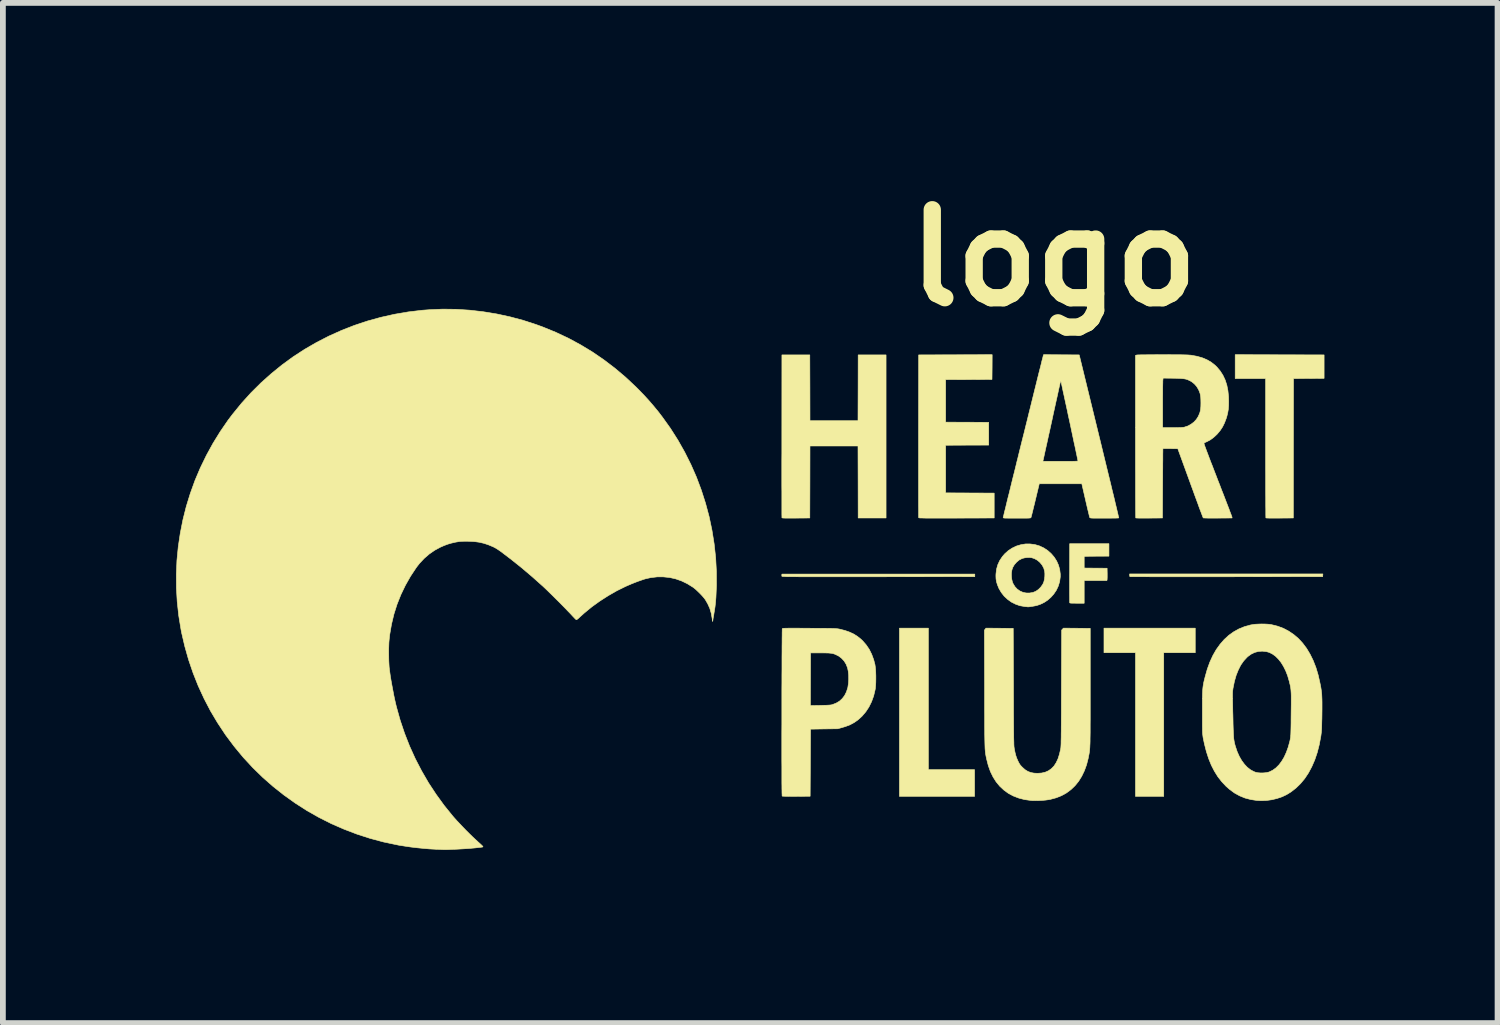
<source format=kicad_pcb>
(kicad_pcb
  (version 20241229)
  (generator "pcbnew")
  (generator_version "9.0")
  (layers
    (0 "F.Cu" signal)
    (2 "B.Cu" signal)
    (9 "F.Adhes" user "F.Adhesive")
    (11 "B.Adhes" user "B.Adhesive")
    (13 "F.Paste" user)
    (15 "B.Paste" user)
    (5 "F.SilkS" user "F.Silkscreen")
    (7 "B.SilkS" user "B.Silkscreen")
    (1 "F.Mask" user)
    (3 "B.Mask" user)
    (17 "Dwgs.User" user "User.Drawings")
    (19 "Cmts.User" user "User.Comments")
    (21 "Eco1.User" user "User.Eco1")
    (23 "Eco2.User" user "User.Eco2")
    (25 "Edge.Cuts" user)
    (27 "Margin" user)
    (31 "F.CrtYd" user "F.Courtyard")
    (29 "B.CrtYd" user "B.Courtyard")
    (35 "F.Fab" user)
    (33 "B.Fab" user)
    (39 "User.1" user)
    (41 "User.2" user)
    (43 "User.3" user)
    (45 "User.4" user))
  (footprint "logo"
    (layer "F.Cu")
    (at 15.204 1.418)
    (property "Reference" "logo" (at 0 0 0) (layer "F.SilkS") (effects (font (size 1.524 1.524) (thickness 0.3))))
    (attr through_hole)
    (fp_poly (pts (xy -2.172 8.865) (xy -1.372 8.865) (xy -1.372 9.328) (xy -2.673 9.328) (xy -2.673 6.413) (xy -2.172 6.413) (xy -2.172 8.865)) (stroke (width 0.01) (type solid)) (fill yes) (layer "F.SilkS"))
    (fp_poly (pts (xy 2.451 6.839) (xy 1.905 6.839) (xy 1.905 9.328) (xy 1.416 9.328) (xy 1.416 6.839) (xy 0.87 6.839) (xy 0.87 6.413) (xy 2.451 6.413) (xy 2.451 6.839)) (stroke (width 0.01) (type solid)) (fill yes) (layer "F.SilkS"))
    (fp_poly (pts (xy 4.66 5.498) (xy 4.658 5.521) (xy 2.99 5.523) (xy 2.846 5.523) (xy 2.704 5.523) (xy 2.567 5.523) (xy 2.434 5.523) (xy 2.305 5.523) (xy 2.183 5.523) (xy 2.066 5.523) (xy 1.955 5.523) (xy 1.852 5.523) (xy 1.756 5.523) (xy 1.668 5.523) (xy 1.589 5.522) (xy 1.519 5.522) (xy 1.458 5.522) (xy 1.408 5.522) (xy 1.368 5.521) (xy 1.34 5.521) (xy 1.323 5.521) (xy 1.319 5.52) (xy 1.316 5.512) (xy 1.314 5.496) (xy 1.314 5.495) (xy 1.314 5.474) (xy 4.662 5.474) (xy 4.66 5.498)) (stroke (width 0.01) (type solid)) (fill yes) (layer "F.SilkS"))
    (fp_poly (pts (xy -1.368 5.521) (xy -3.037 5.523) (xy -3.211 5.523) (xy -3.373 5.523) (xy -3.524 5.523) (xy -3.662 5.523) (xy -3.79 5.523) (xy -3.908 5.523) (xy -4.015 5.523) (xy -4.112 5.523) (xy -4.2 5.523) (xy -4.28 5.523) (xy -4.351 5.523) (xy -4.414 5.523) (xy -4.47 5.522) (xy -4.518 5.522) (xy -4.56 5.522) (xy -4.596 5.521) (xy -4.626 5.521) (xy -4.65 5.52) (xy -4.67 5.519) (xy -4.685 5.519) (xy -4.696 5.518) (xy -4.703 5.517) (xy -4.708 5.516) (xy -4.709 5.515) (xy -4.711 5.502) (xy -4.711 5.492) (xy -4.709 5.477) (xy -1.368 5.477) (xy -1.368 5.521)) (stroke (width 0.01) (type solid)) (fill yes) (layer "F.SilkS"))
    (fp_poly (pts (xy 0.956 5.166) (xy 0.741 5.167) (xy 0.527 5.169) (xy 0.527 5.372) (xy 0.725 5.374) (xy 0.924 5.375) (xy 0.926 5.467) (xy 0.926 5.501) (xy 0.926 5.532) (xy 0.925 5.556) (xy 0.924 5.571) (xy 0.924 5.574) (xy 0.921 5.588) (xy 0.527 5.588) (xy 0.527 5.982) (xy 0.403 5.982) (xy 0.357 5.981) (xy 0.323 5.981) (xy 0.299 5.98) (xy 0.284 5.978) (xy 0.277 5.975) (xy 0.276 5.974) (xy 0.276 5.966) (xy 0.275 5.947) (xy 0.275 5.917) (xy 0.275 5.877) (xy 0.274 5.829) (xy 0.274 5.773) (xy 0.274 5.709) (xy 0.274 5.64) (xy 0.274 5.566) (xy 0.274 5.488) (xy 0.275 5.458) (xy 0.276 4.95) (xy 0.956 4.95) (xy 0.956 5.166)) (stroke (width 0.01) (type solid)) (fill yes) (layer "F.SilkS"))
    (fp_poly (pts (xy 3.913 1.678) (xy 4.683 1.68) (xy 4.683 2.086) (xy 4.418 2.088) (xy 4.153 2.089) (xy 4.151 3.297) (xy 4.15 4.505) (xy 3.914 4.507) (xy 3.861 4.507) (xy 3.811 4.507) (xy 3.767 4.507) (xy 3.73 4.507) (xy 3.702 4.506) (xy 3.683 4.505) (xy 3.675 4.504) (xy 3.675 4.504) (xy 3.674 4.498) (xy 3.674 4.479) (xy 3.673 4.449) (xy 3.673 4.408) (xy 3.673 4.356) (xy 3.672 4.295) (xy 3.672 4.226) (xy 3.672 4.147) (xy 3.671 4.061) (xy 3.671 3.968) (xy 3.671 3.869) (xy 3.671 3.763) (xy 3.67 3.652) (xy 3.67 3.537) (xy 3.67 3.418) (xy 3.67 3.295) (xy 3.67 2.089) (xy 3.143 2.089) (xy 3.143 1.676) (xy 3.913 1.678)) (stroke (width 0.01) (type solid)) (fill yes) (layer "F.SilkS"))
    (fp_poly (pts (xy -4.224 2.249) (xy -4.223 2.819) (xy -3.391 2.819) (xy -3.389 2.249) (xy -3.388 1.68) (xy -2.905 1.68) (xy -2.905 4.505) (xy -3.388 4.505) (xy -3.389 3.881) (xy -3.391 3.258) (xy -4.223 3.258) (xy -4.224 3.881) (xy -4.226 4.505) (xy -4.466 4.507) (xy -4.53 4.507) (xy -4.583 4.507) (xy -4.624 4.507) (xy -4.657 4.507) (xy -4.68 4.506) (xy -4.696 4.505) (xy -4.705 4.503) (xy -4.709 4.501) (xy -4.709 4.501) (xy -4.709 4.494) (xy -4.709 4.474) (xy -4.71 4.444) (xy -4.71 4.402) (xy -4.71 4.35) (xy -4.71 4.288) (xy -4.71 4.217) (xy -4.71 4.137) (xy -4.71 4.049) (xy -4.711 3.954) (xy -4.711 3.852) (xy -4.711 3.743) (xy -4.711 3.628) (xy -4.711 3.509) (xy -4.71 3.384) (xy -4.71 3.256) (xy -4.71 3.124) (xy -4.71 3.086) (xy -4.709 1.68) (xy -4.226 1.68) (xy -4.224 2.249)) (stroke (width 0.01) (type solid)) (fill yes) (layer "F.SilkS"))
    (fp_poly (pts (xy -1.068 1.891) (xy -1.07 2.105) (xy -1.472 2.107) (xy -1.873 2.108) (xy -1.873 2.845) (xy -1.5 2.846) (xy -1.127 2.848) (xy -1.127 3.242) (xy -1.5 3.243) (xy -1.873 3.245) (xy -1.873 4.07) (xy -1.453 4.072) (xy -1.032 4.074) (xy -1.032 4.505) (xy -1.685 4.507) (xy -1.794 4.507) (xy -1.891 4.507) (xy -1.977 4.507) (xy -2.052 4.507) (xy -2.116 4.507) (xy -2.171 4.507) (xy -2.217 4.507) (xy -2.255 4.506) (xy -2.285 4.505) (xy -2.308 4.505) (xy -2.324 4.504) (xy -2.334 4.502) (xy -2.339 4.501) (xy -2.34 4.501) (xy -2.34 4.494) (xy -2.341 4.474) (xy -2.341 4.444) (xy -2.341 4.402) (xy -2.341 4.35) (xy -2.342 4.288) (xy -2.342 4.217) (xy -2.342 4.137) (xy -2.342 4.049) (xy -2.342 3.954) (xy -2.342 3.852) (xy -2.342 3.743) (xy -2.342 3.628) (xy -2.342 3.509) (xy -2.342 3.384) (xy -2.342 3.256) (xy -2.342 3.124) (xy -2.342 3.086) (xy -2.34 1.68) (xy -1.703 1.678) (xy -1.067 1.676) (xy -1.068 1.891)) (stroke (width 0.01) (type solid)) (fill yes) (layer "F.SilkS"))
    (fp_poly (pts (xy -0.329 4.965) (xy -0.25 4.988) (xy -0.243 4.991) (xy -0.169 5.026) (xy -0.102 5.071) (xy -0.043 5.124) (xy 0.008 5.184) (xy 0.05 5.25) (xy 0.082 5.322) (xy 0.103 5.397) (xy 0.113 5.475) (xy 0.113 5.526) (xy 0.102 5.606) (xy 0.079 5.683) (xy 0.045 5.756) (xy -0.000273 5.823) (xy -0.049 5.878) (xy -0.107 5.929) (xy -0.168 5.969) (xy -0.235 6.001) (xy -0.279 6.016) (xy -0.303 6.023) (xy -0.334 6.029) (xy -0.368 6.035) (xy -0.401 6.04) (xy -0.429 6.044) (xy -0.449 6.045) (xy -0.454 6.044) (xy -0.463 6.043) (xy -0.481 6.041) (xy -0.504 6.039) (xy -0.508 6.038) (xy -0.588 6.024) (xy -0.664 5.997) (xy -0.735 5.961) (xy -0.8 5.914) (xy -0.859 5.859) (xy -0.909 5.795) (xy -0.95 5.725) (xy -0.976 5.661) (xy -0.992 5.609) (xy -1 5.56) (xy -1.002 5.51) (xy -0.734 5.51) (xy -0.728 5.564) (xy -0.716 5.615) (xy -0.704 5.643) (xy -0.673 5.694) (xy -0.634 5.736) (xy -0.588 5.769) (xy -0.536 5.792) (xy -0.48 5.804) (xy -0.421 5.805) (xy -0.361 5.795) (xy -0.358 5.794) (xy -0.311 5.775) (xy -0.266 5.744) (xy -0.226 5.704) (xy -0.193 5.658) (xy -0.181 5.635) (xy -0.169 5.602) (xy -0.16 5.561) (xy -0.155 5.516) (xy -0.154 5.472) (xy -0.157 5.433) (xy -0.158 5.427) (xy -0.174 5.371) (xy -0.202 5.32) (xy -0.239 5.275) (xy -0.283 5.237) (xy -0.334 5.209) (xy -0.38 5.194) (xy -0.419 5.189) (xy -0.463 5.19) (xy -0.507 5.196) (xy -0.546 5.206) (xy -0.548 5.207) (xy -0.598 5.232) (xy -0.643 5.269) (xy -0.682 5.313) (xy -0.71 5.361) (xy -0.725 5.405) (xy -0.733 5.456) (xy -0.734 5.51) (xy -1.002 5.51) (xy -1.002 5.509) (xy -1.001 5.475) (xy -0.991 5.392) (xy -0.969 5.314) (xy -0.935 5.241) (xy -0.889 5.172) (xy -0.849 5.126) (xy -0.787 5.07) (xy -0.719 5.026) (xy -0.646 4.991) (xy -0.569 4.968) (xy -0.49 4.955) (xy -0.409 4.955) (xy -0.329 4.965)) (stroke (width 0.01) (type solid)) (fill yes) (layer "F.SilkS"))
    (fp_poly (pts (xy -4.467 6.414) (xy -4.402 6.414) (xy -4.327 6.415) (xy -4.24 6.415) (xy -4.233 6.415) (xy -4.145 6.416) (xy -4.068 6.416) (xy -4.003 6.417) (xy -3.947 6.417) (xy -3.899 6.418) (xy -3.86 6.418) (xy -3.828 6.419) (xy -3.801 6.42) (xy -3.779 6.421) (xy -3.761 6.423) (xy -3.746 6.424) (xy -3.733 6.426) (xy -3.721 6.428) (xy -3.708 6.431) (xy -3.706 6.431) (xy -3.616 6.454) (xy -3.537 6.482) (xy -3.466 6.515) (xy -3.402 6.555) (xy -3.343 6.602) (xy -3.312 6.631) (xy -3.25 6.702) (xy -3.197 6.78) (xy -3.154 6.866) (xy -3.119 6.961) (xy -3.097 7.045) (xy -3.092 7.081) (xy -3.087 7.127) (xy -3.084 7.18) (xy -3.082 7.238) (xy -3.082 7.297) (xy -3.083 7.354) (xy -3.086 7.407) (xy -3.09 7.454) (xy -3.095 7.483) (xy -3.12 7.588) (xy -3.156 7.687) (xy -3.201 7.778) (xy -3.256 7.862) (xy -3.32 7.937) (xy -3.327 7.944) (xy -3.389 8) (xy -3.455 8.047) (xy -3.527 8.086) (xy -3.607 8.117) (xy -3.67 8.136) (xy -3.743 8.156) (xy -3.978 8.159) (xy -4.213 8.163) (xy -4.22 9.325) (xy -4.458 9.327) (xy -4.512 9.327) (xy -4.562 9.327) (xy -4.607 9.326) (xy -4.645 9.326) (xy -4.674 9.325) (xy -4.695 9.324) (xy -4.704 9.323) (xy -4.704 9.323) (xy -4.705 9.32) (xy -4.706 9.313) (xy -4.706 9.3) (xy -4.707 9.283) (xy -4.708 9.259) (xy -4.708 9.229) (xy -4.709 9.192) (xy -4.709 9.149) (xy -4.71 9.097) (xy -4.71 9.038) (xy -4.71 8.97) (xy -4.71 8.894) (xy -4.71 8.808) (xy -4.711 8.713) (xy -4.711 8.608) (xy -4.711 8.492) (xy -4.711 8.365) (xy -4.711 8.227) (xy -4.71 8.077) (xy -4.71 7.915) (xy -4.71 7.877) (xy -4.71 7.755) (xy -4.216 7.755) (xy -4.043 7.752) (xy -3.986 7.75) (xy -3.939 7.749) (xy -3.903 7.747) (xy -3.874 7.745) (xy -3.853 7.742) (xy -3.838 7.739) (xy -3.836 7.738) (xy -3.771 7.713) (xy -3.713 7.679) (xy -3.664 7.634) (xy -3.623 7.581) (xy -3.592 7.519) (xy -3.569 7.449) (xy -3.566 7.434) (xy -3.556 7.368) (xy -3.552 7.298) (xy -3.553 7.227) (xy -3.56 7.16) (xy -3.572 7.101) (xy -3.573 7.099) (xy -3.597 7.038) (xy -3.631 6.983) (xy -3.675 6.935) (xy -3.727 6.896) (xy -3.755 6.882) (xy -3.778 6.871) (xy -3.799 6.862) (xy -3.821 6.855) (xy -3.843 6.85) (xy -3.87 6.847) (xy -3.901 6.844) (xy -3.94 6.843) (xy -3.988 6.842) (xy -4.042 6.842) (xy -4.213 6.842) (xy -4.216 7.755) (xy -4.71 7.755) (xy -4.71 7.738) (xy -4.71 7.604) (xy -4.71 7.474) (xy -4.709 7.349) (xy -4.709 7.23) (xy -4.708 7.117) (xy -4.708 7.01) (xy -4.708 6.91) (xy -4.707 6.818) (xy -4.707 6.735) (xy -4.706 6.66) (xy -4.706 6.594) (xy -4.705 6.539) (xy -4.705 6.493) (xy -4.704 6.459) (xy -4.704 6.436) (xy -4.703 6.425) (xy -4.703 6.424) (xy -4.701 6.422) (xy -4.699 6.42) (xy -4.693 6.419) (xy -4.685 6.417) (xy -4.673 6.416) (xy -4.656 6.415) (xy -4.633 6.415) (xy -4.603 6.414) (xy -4.566 6.414) (xy -4.521 6.414) (xy -4.467 6.414)) (stroke (width 0.01) (type solid)) (fill yes) (layer "F.SilkS"))
    (fp_poly (pts (xy 0.4 6.415) (xy 0.632 6.417) (xy 0.632 7.433) (xy 0.632 7.569) (xy 0.632 7.692) (xy 0.632 7.805) (xy 0.632 7.907) (xy 0.632 7.998) (xy 0.631 8.08) (xy 0.631 8.154) (xy 0.631 8.219) (xy 0.63 8.277) (xy 0.629 8.327) (xy 0.629 8.372) (xy 0.628 8.411) (xy 0.626 8.445) (xy 0.625 8.475) (xy 0.623 8.502) (xy 0.621 8.525) (xy 0.619 8.546) (xy 0.616 8.566) (xy 0.613 8.584) (xy 0.61 8.602) (xy 0.606 8.62) (xy 0.602 8.64) (xy 0.598 8.661) (xy 0.597 8.668) (xy 0.568 8.781) (xy 0.53 8.885) (xy 0.484 8.98) (xy 0.43 9.067) (xy 0.368 9.143) (xy 0.298 9.21) (xy 0.22 9.268) (xy 0.135 9.315) (xy 0.042 9.352) (xy -0.058 9.379) (xy -0.092 9.385) (xy -0.142 9.392) (xy -0.2 9.397) (xy -0.261 9.4) (xy -0.32 9.401) (xy -0.373 9.4) (xy -0.397 9.398) (xy -0.505 9.383) (xy -0.606 9.357) (xy -0.7 9.321) (xy -0.786 9.275) (xy -0.864 9.218) (xy -0.934 9.153) (xy -0.997 9.077) (xy -1.051 8.992) (xy -1.097 8.898) (xy -1.134 8.794) (xy -1.163 8.681) (xy -1.165 8.672) (xy -1.169 8.652) (xy -1.173 8.634) (xy -1.176 8.617) (xy -1.179 8.6) (xy -1.182 8.583) (xy -1.184 8.565) (xy -1.186 8.545) (xy -1.188 8.523) (xy -1.19 8.498) (xy -1.191 8.469) (xy -1.192 8.436) (xy -1.193 8.399) (xy -1.194 8.356) (xy -1.195 8.306) (xy -1.196 8.25) (xy -1.196 8.186) (xy -1.197 8.115) (xy -1.197 8.034) (xy -1.197 7.944) (xy -1.198 7.844) (xy -1.198 7.733) (xy -1.198 7.611) (xy -1.198 7.477) (xy -1.198 7.47) (xy -1.201 6.447) (xy -1.187 6.43) (xy -1.174 6.413) (xy -0.938 6.415) (xy -0.702 6.417) (xy -0.698 7.426) (xy -0.698 7.56) (xy -0.697 7.681) (xy -0.697 7.792) (xy -0.697 7.891) (xy -0.696 7.98) (xy -0.696 8.059) (xy -0.695 8.129) (xy -0.695 8.191) (xy -0.694 8.245) (xy -0.694 8.292) (xy -0.693 8.333) (xy -0.692 8.367) (xy -0.691 8.396) (xy -0.691 8.421) (xy -0.69 8.441) (xy -0.689 8.458) (xy -0.688 8.472) (xy -0.686 8.483) (xy -0.685 8.493) (xy -0.684 8.499) (xy -0.672 8.561) (xy -0.659 8.614) (xy -0.643 8.662) (xy -0.623 8.708) (xy -0.618 8.719) (xy -0.601 8.752) (xy -0.584 8.779) (xy -0.563 8.804) (xy -0.54 8.827) (xy -0.496 8.866) (xy -0.449 8.895) (xy -0.399 8.914) (xy -0.342 8.925) (xy -0.279 8.928) (xy -0.209 8.923) (xy -0.146 8.908) (xy -0.09 8.883) (xy -0.04 8.847) (xy 0.004 8.802) (xy 0.041 8.745) (xy 0.073 8.678) (xy 0.098 8.599) (xy 0.119 8.509) (xy 0.119 8.509) (xy 0.12 8.5) (xy 0.122 8.49) (xy 0.123 8.479) (xy 0.124 8.465) (xy 0.125 8.448) (xy 0.126 8.427) (xy 0.127 8.402) (xy 0.127 8.372) (xy 0.128 8.337) (xy 0.129 8.296) (xy 0.129 8.248) (xy 0.13 8.192) (xy 0.13 8.129) (xy 0.131 8.058) (xy 0.131 7.977) (xy 0.132 7.886) (xy 0.132 7.785) (xy 0.132 7.673) (xy 0.133 7.549) (xy 0.133 7.447) (xy 0.137 6.446) (xy 0.152 6.43) (xy 0.167 6.413) (xy 0.4 6.415)) (stroke (width 0.01) (type solid)) (fill yes) (layer "F.SilkS"))
    (fp_poly (pts (xy 0.441 1.68) (xy 0.785 3.089) (xy 0.817 3.22) (xy 0.848 3.348) (xy 0.878 3.472) (xy 0.907 3.591) (xy 0.935 3.706) (xy 0.962 3.816) (xy 0.987 3.919) (xy 1.01 4.016) (xy 1.032 4.105) (xy 1.052 4.187) (xy 1.069 4.261) (xy 1.085 4.326) (xy 1.098 4.382) (xy 1.109 4.428) (xy 1.117 4.464) (xy 1.123 4.488) (xy 1.126 4.501) (xy 1.126 4.504) (xy 1.119 4.505) (xy 1.101 4.506) (xy 1.073 4.507) (xy 1.037 4.507) (xy 0.993 4.508) (xy 0.943 4.508) (xy 0.889 4.508) (xy 0.876 4.508) (xy 0.813 4.508) (xy 0.762 4.508) (xy 0.721 4.508) (xy 0.69 4.508) (xy 0.666 4.507) (xy 0.649 4.506) (xy 0.637 4.504) (xy 0.63 4.502) (xy 0.626 4.5) (xy 0.624 4.497) (xy 0.621 4.489) (xy 0.616 4.47) (xy 0.609 4.44) (xy 0.6 4.403) (xy 0.589 4.358) (xy 0.577 4.307) (xy 0.564 4.251) (xy 0.552 4.199) (xy 0.486 3.912) (xy 0.117 3.912) (xy -0.251 3.912) (xy -0.32 4.199) (xy -0.334 4.258) (xy -0.348 4.313) (xy -0.36 4.363) (xy -0.371 4.407) (xy -0.38 4.444) (xy -0.388 4.472) (xy -0.392 4.491) (xy -0.395 4.497) (xy -0.397 4.5) (xy -0.401 4.503) (xy -0.409 4.504) (xy -0.421 4.506) (xy -0.438 4.507) (xy -0.463 4.508) (xy -0.496 4.508) (xy -0.538 4.508) (xy -0.59 4.508) (xy -0.638 4.508) (xy -0.7 4.508) (xy -0.75 4.508) (xy -0.789 4.508) (xy -0.82 4.507) (xy -0.842 4.507) (xy -0.858 4.506) (xy -0.868 4.504) (xy -0.874 4.502) (xy -0.876 4.5) (xy -0.876 4.498) (xy -0.875 4.491) (xy -0.87 4.473) (xy -0.863 4.443) (xy -0.854 4.404) (xy -0.841 4.354) (xy -0.827 4.296) (xy -0.811 4.229) (xy -0.793 4.155) (xy -0.772 4.074) (xy -0.751 3.987) (xy -0.728 3.893) (xy -0.704 3.795) (xy -0.678 3.693) (xy -0.652 3.587) (xy -0.637 3.524) (xy -0.189 3.524) (xy 0.115 3.524) (xy 0.188 3.524) (xy 0.249 3.524) (xy 0.299 3.524) (xy 0.339 3.523) (xy 0.37 3.522) (xy 0.393 3.521) (xy 0.408 3.52) (xy 0.416 3.518) (xy 0.419 3.516) (xy 0.419 3.516) (xy 0.418 3.509) (xy 0.414 3.49) (xy 0.408 3.461) (xy 0.4 3.422) (xy 0.39 3.375) (xy 0.379 3.321) (xy 0.366 3.26) (xy 0.351 3.193) (xy 0.336 3.121) (xy 0.32 3.046) (xy 0.304 2.969) (xy 0.287 2.889) (xy 0.27 2.809) (xy 0.252 2.729) (xy 0.236 2.65) (xy 0.219 2.573) (xy 0.203 2.499) (xy 0.188 2.43) (xy 0.174 2.365) (xy 0.161 2.307) (xy 0.15 2.255) (xy 0.141 2.211) (xy 0.133 2.176) (xy 0.127 2.151) (xy 0.124 2.137) (xy 0.123 2.134) (xy 0.118 2.134) (xy 0.117 2.141) (xy 0.112 2.159) (xy 0.106 2.187) (xy 0.097 2.226) (xy 0.086 2.274) (xy 0.074 2.331) (xy 0.06 2.395) (xy 0.044 2.466) (xy 0.027 2.543) (xy 0.009 2.625) (xy -0.01 2.711) (xy -0.029 2.801) (xy -0.031 2.81) (xy -0.051 2.901) (xy -0.07 2.988) (xy -0.089 3.072) (xy -0.106 3.15) (xy -0.122 3.223) (xy -0.137 3.289) (xy -0.15 3.348) (xy -0.161 3.399) (xy -0.17 3.441) (xy -0.177 3.473) (xy -0.182 3.494) (xy -0.184 3.503) (xy -0.184 3.504) (xy -0.189 3.524) (xy -0.637 3.524) (xy -0.625 3.478) (xy -0.598 3.367) (xy -0.57 3.254) (xy -0.542 3.141) (xy -0.513 3.027) (xy -0.485 2.913) (xy -0.457 2.801) (xy -0.43 2.69) (xy -0.403 2.582) (xy -0.377 2.476) (xy -0.352 2.375) (xy -0.328 2.278) (xy -0.305 2.186) (xy -0.284 2.1) (xy -0.264 2.02) (xy -0.246 1.948) (xy -0.229 1.883) (xy -0.215 1.826) (xy -0.204 1.779) (xy -0.194 1.742) (xy -0.187 1.715) (xy -0.184 1.7) (xy -0.177 1.676) (xy 0.441 1.68)) (stroke (width 0.01) (type solid)) (fill yes) (layer "F.SilkS"))
    (fp_poly (pts (xy 1.97 1.676) (xy 2.048 1.677) (xy 2.115 1.677) (xy 2.173 1.677) (xy 2.222 1.678) (xy 2.263 1.679) (xy 2.297 1.68) (xy 2.326 1.681) (xy 2.349 1.683) (xy 2.369 1.684) (xy 2.383 1.686) (xy 2.482 1.704) (xy 2.573 1.73) (xy 2.654 1.764) (xy 2.728 1.807) (xy 2.793 1.858) (xy 2.826 1.89) (xy 2.883 1.958) (xy 2.931 2.033) (xy 2.969 2.114) (xy 2.998 2.203) (xy 3.017 2.299) (xy 3.028 2.404) (xy 3.03 2.483) (xy 3.029 2.556) (xy 3.024 2.621) (xy 3.014 2.681) (xy 3 2.739) (xy 2.988 2.779) (xy 2.958 2.858) (xy 2.924 2.927) (xy 2.884 2.988) (xy 2.837 3.045) (xy 2.831 3.052) (xy 2.772 3.107) (xy 2.713 3.151) (xy 2.653 3.183) (xy 2.634 3.191) (xy 2.616 3.2) (xy 2.604 3.209) (xy 2.602 3.213) (xy 2.604 3.22) (xy 2.61 3.239) (xy 2.62 3.268) (xy 2.634 3.306) (xy 2.651 3.352) (xy 2.672 3.407) (xy 2.695 3.469) (xy 2.721 3.537) (xy 2.75 3.61) (xy 2.78 3.689) (xy 2.812 3.771) (xy 2.842 3.85) (xy 2.876 3.936) (xy 2.907 4.018) (xy 2.938 4.096) (xy 2.966 4.169) (xy 2.992 4.237) (xy 3.016 4.299) (xy 3.037 4.353) (xy 3.054 4.4) (xy 3.069 4.438) (xy 3.079 4.466) (xy 3.086 4.484) (xy 3.088 4.491) (xy 3.089 4.505) (xy 2.842 4.507) (xy 2.777 4.507) (xy 2.72 4.507) (xy 2.672 4.507) (xy 2.635 4.506) (xy 2.608 4.505) (xy 2.592 4.504) (xy 2.589 4.503) (xy 2.586 4.496) (xy 2.579 4.478) (xy 2.568 4.45) (xy 2.554 4.412) (xy 2.536 4.366) (xy 2.516 4.312) (xy 2.494 4.25) (xy 2.469 4.183) (xy 2.442 4.11) (xy 2.414 4.032) (xy 2.384 3.951) (xy 2.366 3.901) (xy 2.149 3.305) (xy 2.021 3.303) (xy 1.982 3.303) (xy 1.947 3.303) (xy 1.92 3.303) (xy 1.9 3.303) (xy 1.891 3.303) (xy 1.891 3.303) (xy 1.891 3.31) (xy 1.89 3.328) (xy 1.89 3.357) (xy 1.889 3.397) (xy 1.889 3.445) (xy 1.889 3.502) (xy 1.888 3.566) (xy 1.888 3.637) (xy 1.887 3.713) (xy 1.887 3.795) (xy 1.886 3.88) (xy 1.886 3.905) (xy 1.883 4.505) (xy 1.654 4.507) (xy 1.601 4.507) (xy 1.552 4.507) (xy 1.509 4.507) (xy 1.473 4.507) (xy 1.445 4.506) (xy 1.427 4.505) (xy 1.42 4.504) (xy 1.42 4.498) (xy 1.42 4.479) (xy 1.419 4.449) (xy 1.419 4.407) (xy 1.418 4.355) (xy 1.418 4.294) (xy 1.418 4.223) (xy 1.417 4.144) (xy 1.417 4.056) (xy 1.417 3.961) (xy 1.417 3.859) (xy 1.417 3.75) (xy 1.416 3.636) (xy 1.416 3.516) (xy 1.416 3.392) (xy 1.416 3.264) (xy 1.416 3.132) (xy 1.416 3.094) (xy 1.416 2.55) (xy 1.886 2.55) (xy 1.886 2.94) (xy 2.056 2.94) (xy 2.113 2.94) (xy 2.16 2.939) (xy 2.197 2.938) (xy 2.225 2.936) (xy 2.248 2.934) (xy 2.265 2.931) (xy 2.266 2.93) (xy 2.324 2.911) (xy 2.378 2.881) (xy 2.428 2.843) (xy 2.47 2.798) (xy 2.502 2.748) (xy 2.504 2.743) (xy 2.52 2.708) (xy 2.532 2.676) (xy 2.54 2.645) (xy 2.545 2.61) (xy 2.548 2.57) (xy 2.549 2.52) (xy 2.549 2.508) (xy 2.548 2.456) (xy 2.546 2.414) (xy 2.541 2.379) (xy 2.534 2.346) (xy 2.523 2.315) (xy 2.508 2.281) (xy 2.504 2.274) (xy 2.475 2.226) (xy 2.437 2.183) (xy 2.394 2.148) (xy 2.362 2.129) (xy 2.338 2.118) (xy 2.316 2.108) (xy 2.294 2.101) (xy 2.271 2.096) (xy 2.244 2.092) (xy 2.213 2.089) (xy 2.174 2.087) (xy 2.126 2.085) (xy 2.069 2.084) (xy 1.894 2.082) (xy 1.89 2.121) (xy 1.889 2.135) (xy 1.889 2.16) (xy 1.888 2.195) (xy 1.887 2.239) (xy 1.887 2.291) (xy 1.887 2.349) (xy 1.886 2.413) (xy 1.886 2.48) (xy 1.886 2.55) (xy 1.416 2.55) (xy 1.416 1.689) (xy 1.432 1.683) (xy 1.442 1.681) (xy 1.464 1.68) (xy 1.497 1.679) (xy 1.541 1.678) (xy 1.595 1.678) (xy 1.659 1.677) (xy 1.732 1.677) (xy 1.812 1.676) (xy 1.88 1.676) (xy 1.97 1.676)) (stroke (width 0.01) (type solid)) (fill yes) (layer "F.SilkS"))
    (fp_poly (pts (xy 3.659 6.342) (xy 3.714 6.345) (xy 3.762 6.351) (xy 3.772 6.353) (xy 3.877 6.379) (xy 3.977 6.416) (xy 4.07 6.465) (xy 4.157 6.524) (xy 4.238 6.593) (xy 4.312 6.673) (xy 4.38 6.764) (xy 4.44 6.864) (xy 4.494 6.974) (xy 4.541 7.094) (xy 4.58 7.224) (xy 4.609 7.352) (xy 4.619 7.399) (xy 4.627 7.442) (xy 4.633 7.481) (xy 4.638 7.52) (xy 4.642 7.559) (xy 4.644 7.6) (xy 4.646 7.645) (xy 4.647 7.695) (xy 4.647 7.753) (xy 4.647 7.82) (xy 4.646 7.898) (xy 4.646 7.907) (xy 4.645 7.977) (xy 4.643 8.035) (xy 4.642 8.084) (xy 4.641 8.124) (xy 4.64 8.158) (xy 4.638 8.187) (xy 4.636 8.213) (xy 4.633 8.237) (xy 4.63 8.26) (xy 4.627 8.284) (xy 4.626 8.288) (xy 4.599 8.433) (xy 4.564 8.569) (xy 4.521 8.696) (xy 4.47 8.813) (xy 4.413 8.92) (xy 4.348 9.018) (xy 4.275 9.106) (xy 4.196 9.183) (xy 4.11 9.25) (xy 4.032 9.298) (xy 3.956 9.334) (xy 3.871 9.363) (xy 3.781 9.385) (xy 3.689 9.398) (xy 3.596 9.402) (xy 3.517 9.398) (xy 3.412 9.382) (xy 3.313 9.356) (xy 3.22 9.318) (xy 3.131 9.269) (xy 3.048 9.208) (xy 2.983 9.151) (xy 2.909 9.072) (xy 2.842 8.986) (xy 2.783 8.891) (xy 2.73 8.788) (xy 2.684 8.675) (xy 2.644 8.552) (xy 2.61 8.419) (xy 2.589 8.319) (xy 2.586 8.301) (xy 2.584 8.286) (xy 2.582 8.27) (xy 2.58 8.253) (xy 2.578 8.233) (xy 2.577 8.21) (xy 2.576 8.182) (xy 2.576 8.149) (xy 2.575 8.108) (xy 2.575 8.059) (xy 2.575 8.001) (xy 2.575 7.932) (xy 2.575 7.864) (xy 2.575 7.781) (xy 2.575 7.71) (xy 2.575 7.648) (xy 2.576 7.595) (xy 2.576 7.593) (xy 3.097 7.593) (xy 3.097 7.629) (xy 3.098 7.672) (xy 3.099 7.724) (xy 3.1 7.785) (xy 3.101 7.858) (xy 3.103 7.914) (xy 3.105 7.999) (xy 3.106 8.073) (xy 3.108 8.136) (xy 3.11 8.189) (xy 3.112 8.235) (xy 3.114 8.274) (xy 3.116 8.307) (xy 3.119 8.335) (xy 3.123 8.36) (xy 3.127 8.383) (xy 3.131 8.405) (xy 3.137 8.427) (xy 3.143 8.449) (xy 3.147 8.462) (xy 3.177 8.552) (xy 3.213 8.633) (xy 3.255 8.706) (xy 3.302 8.77) (xy 3.353 8.824) (xy 3.408 8.867) (xy 3.466 8.898) (xy 3.494 8.909) (xy 3.535 8.918) (xy 3.584 8.922) (xy 3.635 8.921) (xy 3.684 8.916) (xy 3.727 8.906) (xy 3.735 8.903) (xy 3.794 8.874) (xy 3.849 8.834) (xy 3.901 8.782) (xy 3.948 8.72) (xy 3.991 8.648) (xy 4.028 8.567) (xy 4.061 8.476) (xy 4.088 8.378) (xy 4.096 8.341) (xy 4.098 8.327) (xy 4.101 8.313) (xy 4.103 8.297) (xy 4.104 8.279) (xy 4.106 8.257) (xy 4.107 8.231) (xy 4.108 8.198) (xy 4.109 8.159) (xy 4.11 8.111) (xy 4.111 8.054) (xy 4.111 7.987) (xy 4.112 7.909) (xy 4.112 7.897) (xy 4.113 7.814) (xy 4.114 7.743) (xy 4.114 7.682) (xy 4.114 7.63) (xy 4.114 7.586) (xy 4.113 7.548) (xy 4.111 7.516) (xy 4.109 7.487) (xy 4.106 7.461) (xy 4.103 7.437) (xy 4.098 7.413) (xy 4.093 7.389) (xy 4.086 7.362) (xy 4.079 7.331) (xy 4.077 7.326) (xy 4.051 7.236) (xy 4.018 7.152) (xy 3.98 7.076) (xy 3.938 7.008) (xy 3.892 6.95) (xy 3.842 6.9) (xy 3.789 6.862) (xy 3.734 6.834) (xy 3.684 6.82) (xy 3.612 6.812) (xy 3.544 6.817) (xy 3.48 6.834) (xy 3.42 6.863) (xy 3.363 6.904) (xy 3.346 6.92) (xy 3.289 6.982) (xy 3.239 7.054) (xy 3.197 7.137) (xy 3.16 7.229) (xy 3.13 7.333) (xy 3.107 7.447) (xy 3.105 7.457) (xy 3.103 7.472) (xy 3.101 7.487) (xy 3.099 7.502) (xy 3.098 7.519) (xy 3.097 7.539) (xy 3.097 7.563) (xy 3.097 7.593) (xy 2.576 7.593) (xy 2.577 7.549) (xy 2.579 7.509) (xy 2.581 7.474) (xy 2.584 7.443) (xy 2.588 7.413) (xy 2.593 7.385) (xy 2.598 7.355) (xy 2.605 7.324) (xy 2.614 7.289) (xy 2.623 7.253) (xy 2.66 7.122) (xy 2.704 7.001) (xy 2.756 6.888) (xy 2.814 6.786) (xy 2.88 6.694) (xy 2.952 6.611) (xy 3.03 6.539) (xy 3.115 6.478) (xy 3.206 6.427) (xy 3.302 6.388) (xy 3.405 6.359) (xy 3.439 6.353) (xy 3.486 6.346) (xy 3.541 6.343) (xy 3.6 6.341) (xy 3.659 6.342)) (stroke (width 0.01) (type solid)) (fill yes) (layer "F.SilkS"))
    (fp_poly (pts (xy -10.352 0.89) (xy -10.118 0.905) (xy -9.884 0.932) (xy -9.651 0.97) (xy -9.42 1.02) (xy -9.192 1.081) (xy -8.967 1.154) (xy -8.852 1.196) (xy -8.627 1.288) (xy -8.408 1.391) (xy -8.197 1.505) (xy -7.992 1.629) (xy -7.795 1.764) (xy -7.603 1.91) (xy -7.418 2.066) (xy -7.239 2.234) (xy -7.194 2.279) (xy -7.1 2.376) (xy -7.014 2.47) (xy -6.933 2.564) (xy -6.854 2.66) (xy -6.779 2.758) (xy -6.639 2.954) (xy -6.51 3.157) (xy -6.392 3.366) (xy -6.285 3.58) (xy -6.189 3.799) (xy -6.105 4.023) (xy -6.032 4.251) (xy -5.97 4.482) (xy -5.921 4.716) (xy -5.883 4.953) (xy -5.857 5.191) (xy -5.844 5.431) (xy -5.843 5.672) (xy -5.852 5.879) (xy -5.859 5.967) (xy -5.868 6.046) (xy -5.88 6.123) (xy -5.884 6.145) (xy -5.89 6.185) (xy -5.897 6.222) (xy -5.902 6.253) (xy -5.905 6.277) (xy -5.907 6.291) (xy -5.909 6.298) (xy -5.911 6.293) (xy -5.914 6.275) (xy -5.917 6.249) (xy -5.933 6.157) (xy -5.958 6.072) (xy -5.994 5.992) (xy -6.037 5.918) (xy -6.06 5.888) (xy -6.09 5.853) (xy -6.126 5.815) (xy -6.164 5.778) (xy -6.201 5.743) (xy -6.237 5.714) (xy -6.252 5.703) (xy -6.347 5.644) (xy -6.446 5.596) (xy -6.548 5.56) (xy -6.654 5.536) (xy -6.762 5.525) (xy -6.871 5.525) (xy -6.981 5.538) (xy -7.074 5.559) (xy -7.11 5.57) (xy -7.155 5.586) (xy -7.207 5.604) (xy -7.261 5.625) (xy -7.317 5.647) (xy -7.37 5.67) (xy -7.416 5.69) (xy -7.568 5.765) (xy -7.718 5.851) (xy -7.863 5.944) (xy -8.002 6.044) (xy -8.132 6.151) (xy -8.209 6.22) (xy -8.23 6.24) (xy -8.249 6.256) (xy -8.263 6.265) (xy -8.27 6.268) (xy -8.277 6.263) (xy -8.291 6.25) (xy -8.31 6.23) (xy -8.333 6.206) (xy -8.354 6.183) (xy -8.385 6.15) (xy -8.424 6.11) (xy -8.468 6.064) (xy -8.517 6.014) (xy -8.569 5.961) (xy -8.623 5.908) (xy -8.676 5.855) (xy -8.727 5.805) (xy -8.774 5.759) (xy -8.817 5.718) (xy -8.853 5.684) (xy -8.858 5.68) (xy -9.034 5.523) (xy -9.218 5.367) (xy -9.407 5.216) (xy -9.523 5.128) (xy -9.567 5.094) (xy -9.604 5.068) (xy -9.635 5.047) (xy -9.662 5.03) (xy -9.686 5.017) (xy -9.711 5.004) (xy -9.716 5.002) (xy -9.798 4.968) (xy -9.875 4.943) (xy -9.953 4.925) (xy -10.034 4.914) (xy -10.122 4.909) (xy -10.164 4.908) (xy -10.209 4.908) (xy -10.245 4.909) (xy -10.274 4.911) (xy -10.301 4.913) (xy -10.328 4.918) (xy -10.359 4.923) (xy -10.368 4.925) (xy -10.437 4.941) (xy -10.498 4.959) (xy -10.557 4.981) (xy -10.619 5.008) (xy -10.624 5.01) (xy -10.724 5.064) (xy -10.818 5.129) (xy -10.905 5.204) (xy -10.985 5.289) (xy -11.041 5.361) (xy -11.143 5.515) (xy -11.232 5.672) (xy -11.31 5.834) (xy -11.376 6) (xy -11.43 6.17) (xy -11.472 6.345) (xy -11.503 6.525) (xy -11.513 6.615) (xy -11.517 6.661) (xy -11.519 6.716) (xy -11.521 6.778) (xy -11.521 6.843) (xy -11.52 6.91) (xy -11.519 6.975) (xy -11.516 7.034) (xy -11.513 7.086) (xy -11.51 7.111) (xy -11.502 7.173) (xy -11.492 7.245) (xy -11.479 7.324) (xy -11.464 7.407) (xy -11.448 7.492) (xy -11.432 7.577) (xy -11.415 7.657) (xy -11.398 7.731) (xy -11.386 7.78) (xy -11.322 8.009) (xy -11.246 8.235) (xy -11.159 8.457) (xy -11.06 8.675) (xy -10.95 8.887) (xy -10.83 9.094) (xy -10.699 9.293) (xy -10.559 9.486) (xy -10.41 9.67) (xy -10.383 9.701) (xy -10.34 9.749) (xy -10.291 9.801) (xy -10.238 9.857) (xy -10.183 9.914) (xy -10.128 9.969) (xy -10.074 10.022) (xy -10.024 10.069) (xy -9.98 10.109) (xy -9.975 10.114) (xy -9.947 10.139) (xy -9.923 10.161) (xy -9.904 10.179) (xy -9.892 10.192) (xy -9.888 10.198) (xy -9.888 10.2) (xy -9.891 10.203) (xy -9.897 10.205) (xy -9.909 10.207) (xy -9.926 10.209) (xy -9.951 10.212) (xy -9.985 10.216) (xy -10.029 10.221) (xy -10.075 10.225) (xy -10.106 10.228) (xy -10.145 10.231) (xy -10.191 10.234) (xy -10.241 10.237) (xy -10.294 10.24) (xy -10.347 10.243) (xy -10.399 10.245) (xy -10.448 10.247) (xy -10.491 10.249) (xy -10.527 10.25) (xy -10.555 10.25) (xy -10.57 10.249) (xy -10.58 10.249) (xy -10.601 10.248) (xy -10.63 10.247) (xy -10.665 10.245) (xy -10.705 10.244) (xy -10.716 10.243) (xy -10.812 10.238) (xy -10.916 10.229) (xy -11.026 10.218) (xy -11.136 10.205) (xy -11.244 10.189) (xy -11.346 10.173) (xy -11.37 10.168) (xy -11.608 10.118) (xy -11.843 10.055) (xy -12.072 9.981) (xy -12.297 9.895) (xy -12.517 9.799) (xy -12.731 9.691) (xy -12.939 9.573) (xy -13.14 9.444) (xy -13.335 9.305) (xy -13.523 9.156) (xy -13.703 8.998) (xy -13.875 8.83) (xy -14.039 8.653) (xy -14.194 8.466) (xy -14.34 8.271) (xy -14.352 8.254) (xy -14.485 8.053) (xy -14.608 7.846) (xy -14.719 7.633) (xy -14.82 7.414) (xy -14.909 7.19) (xy -14.987 6.961) (xy -15.053 6.728) (xy -15.108 6.492) (xy -15.119 6.434) (xy -15.158 6.196) (xy -15.184 5.957) (xy -15.198 5.717) (xy -15.199 5.478) (xy -15.189 5.24) (xy -15.166 5.003) (xy -15.131 4.768) (xy -15.085 4.535) (xy -15.027 4.305) (xy -14.957 4.078) (xy -14.876 3.854) (xy -14.783 3.635) (xy -14.679 3.421) (xy -14.564 3.211) (xy -14.438 3.007) (xy -14.302 2.809) (xy -14.222 2.704) (xy -14.067 2.514) (xy -13.904 2.334) (xy -13.733 2.164) (xy -13.554 2.004) (xy -13.368 1.853) (xy -13.175 1.712) (xy -12.975 1.582) (xy -12.769 1.463) (xy -12.557 1.354) (xy -12.339 1.256) (xy -12.117 1.169) (xy -11.889 1.093) (xy -11.657 1.029) (xy -11.421 0.976) (xy -11.181 0.935) (xy -10.937 0.906) (xy -10.814 0.897) (xy -10.584 0.887) (xy -10.352 0.89)) (stroke (width 0.01) (type solid)) (fill yes) (layer "F.SilkS")))
  (gr_rect
    (start -3 -3)
    (end 22.892 14.673)
    (stroke (width 0.1) (type default))
    (fill no)
    (layer "Edge.Cuts")))
</source>
